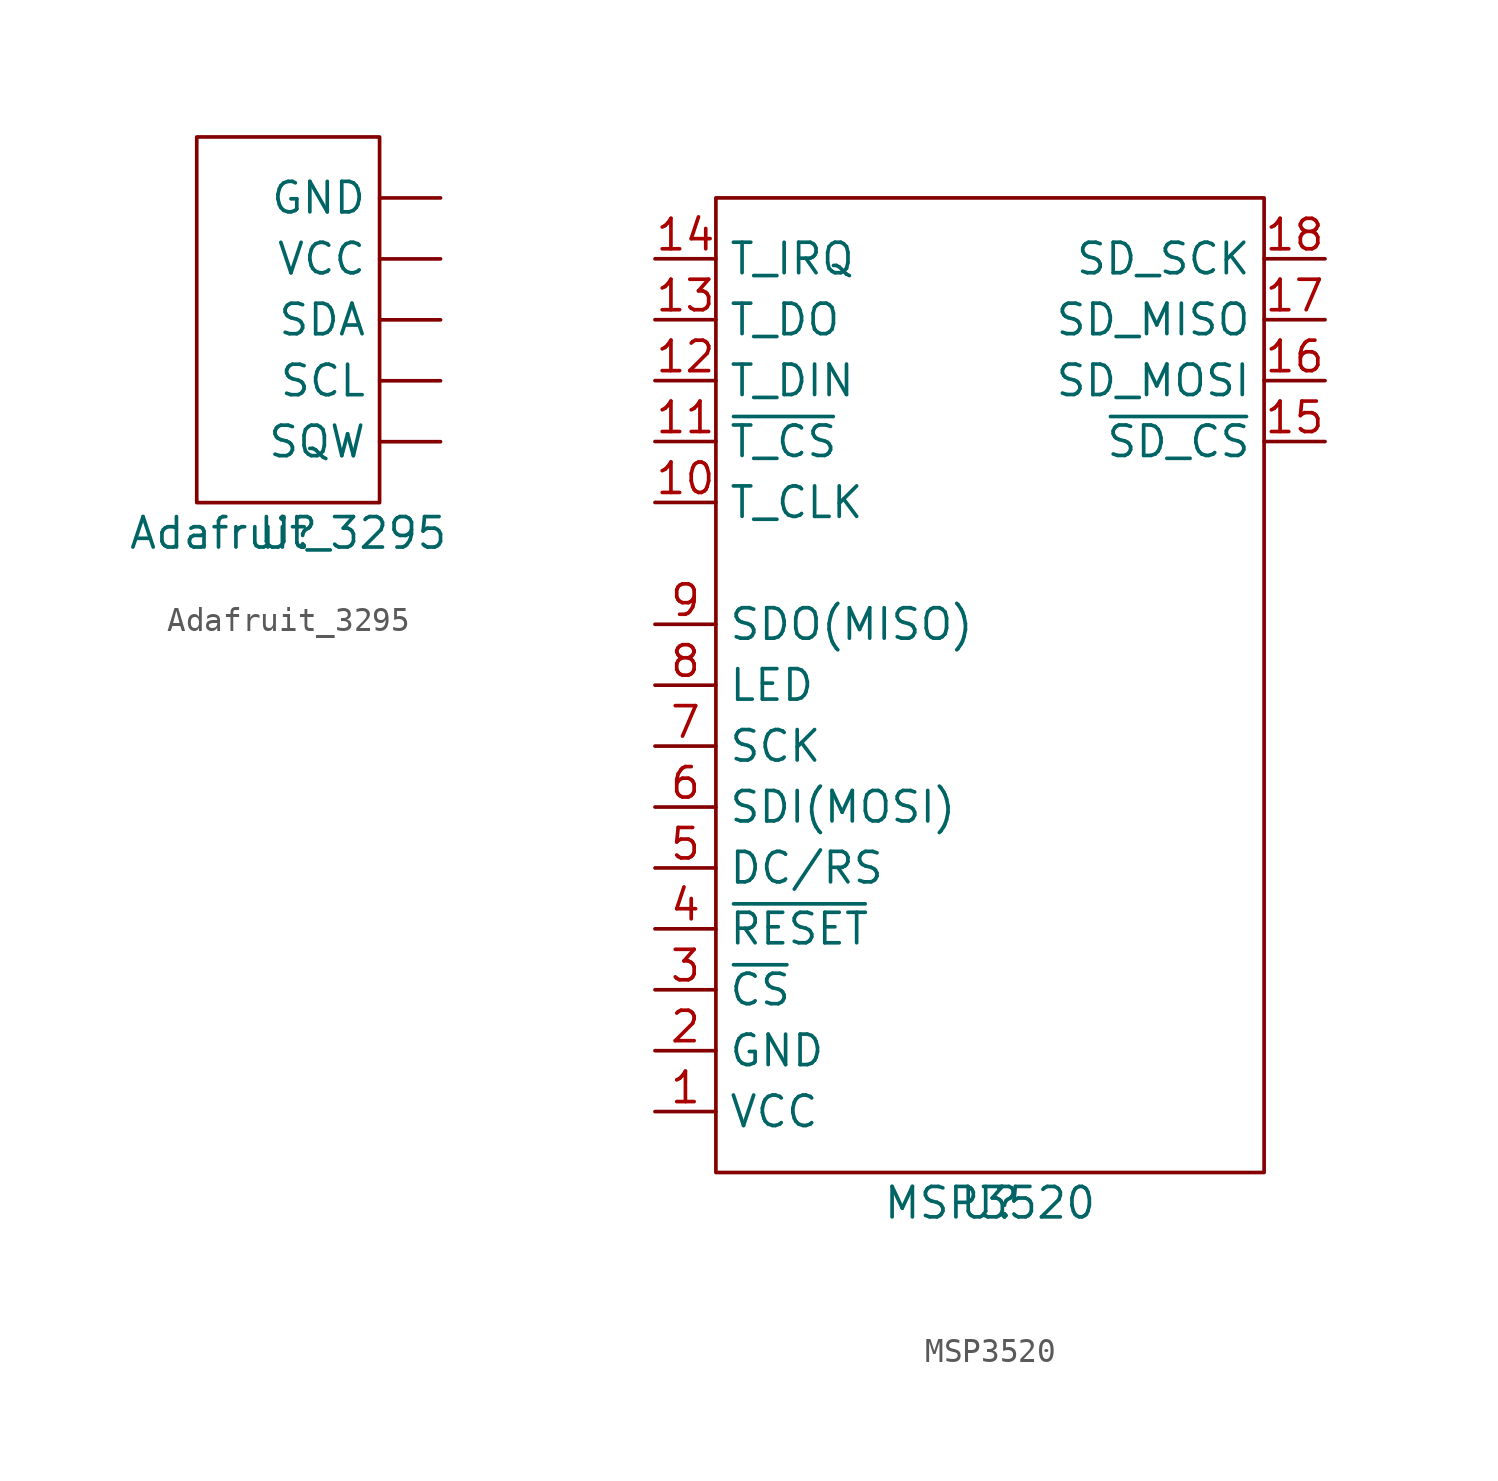
<source format=kicad_sym>
(kicad_symbol_lib
  (version 20211014)
  (generator kicad_symbol_editor)
  (symbol "Adafruit_3295"
    (property "Reference" "U"
      (at 0 -7.62 0)
      (effects (font (size 1.27 1.27))))
    (property "Value" "Adafruit_3295"
      (at 0 -7.62 0)
      (effects (font (size 1.27 1.27))))
    (symbol "Adafruit_3295_0_1"
      (rectangle (start -3.81 8.89) (end 3.81 -6.35) (stroke (width 0) (type default) (color 0 0 0 0)) (fill (type none))))
    (symbol "Adafruit_3295_1_1"
      (pin power_in line (at 6.35 6.35 180) (length 2.54) (name "GND" (effects (font (size 1.27 1.27)))) (number "" (effects (font (size 1.27 1.27)))))
      (pin input line (at 6.35 -1.27 180) (length 2.54) (name "SCL" (effects (font (size 1.27 1.27)))) (number "" (effects (font (size 1.27 1.27)))))
      (pin bidirectional line (at 6.35 1.27 180) (length 2.54) (name "SDA" (effects (font (size 1.27 1.27)))) (number "" (effects (font (size 1.27 1.27)))))
      (pin output line (at 6.35 -3.81 180) (length 2.54) (name "SQW" (effects (font (size 1.27 1.27)))) (number "" (effects (font (size 1.27 1.27)))))
      (pin power_in line (at 6.35 3.81 180) (length 2.54) (name "VCC" (effects (font (size 1.27 1.27)))) (number "" (effects (font (size 1.27 1.27)))))))
  (symbol "MSP3520"
    (property "Reference" "U"
      (at 0 -20.32 0)
      (effects (font (size 1.27 1.27))))
    (property "Value" "MSP3520"
      (at 0 -20.32 0)
      (effects (font (size 1.27 1.27))))
    (symbol "MSP3520_0_1"
      (rectangle (start -11.43 21.59) (end 11.43 -19.05) (stroke (width 0) (type default) (color 0 0 0 0)) (fill (type none))))
    (symbol "MSP3520_1_1"
      (pin power_in line (at -13.97 -16.51 0) (length 2.54) (name "VCC" (effects (font (size 1.27 1.27)))) (number "1" (effects (font (size 1.27 1.27)))))
      (pin input line (at -13.97 8.89 0) (length 2.54) (name "T_CLK" (effects (font (size 1.27 1.27)))) (number "10" (effects (font (size 1.27 1.27)))))
      (pin input line (at -13.97 11.43 0) (length 2.54) (name "~{T_CS}" (effects (font (size 1.27 1.27)))) (number "11" (effects (font (size 1.27 1.27)))))
      (pin input line (at -13.97 13.97 0) (length 2.54) (name "T_DIN" (effects (font (size 1.27 1.27)))) (number "12" (effects (font (size 1.27 1.27)))))
      (pin input line (at -13.97 16.51 0) (length 2.54) (name "T_DO" (effects (font (size 1.27 1.27)))) (number "13" (effects (font (size 1.27 1.27)))))
      (pin input line (at -13.97 19.05 0) (length 2.54) (name "T_IRQ" (effects (font (size 1.27 1.27)))) (number "14" (effects (font (size 1.27 1.27)))))
      (pin input line (at 13.97 11.43 180) (length 2.54) (name "~{SD_CS}" (effects (font (size 1.27 1.27)))) (number "15" (effects (font (size 1.27 1.27)))))
      (pin input line (at 13.97 13.97 180) (length 2.54) (name "SD_MOSI" (effects (font (size 1.27 1.27)))) (number "16" (effects (font (size 1.27 1.27)))))
      (pin output line (at 13.97 16.51 180) (length 2.54) (name "SD_MISO" (effects (font (size 1.27 1.27)))) (number "17" (effects (font (size 1.27 1.27)))))
      (pin input line (at 13.97 19.05 180) (length 2.54) (name "SD_SCK" (effects (font (size 1.27 1.27)))) (number "18" (effects (font (size 1.27 1.27)))))
      (pin power_in line (at -13.97 -13.97 0) (length 2.54) (name "GND" (effects (font (size 1.27 1.27)))) (number "2" (effects (font (size 1.27 1.27)))))
      (pin input line (at -13.97 -11.43 0) (length 2.54) (name "~{CS}" (effects (font (size 1.27 1.27)))) (number "3" (effects (font (size 1.27 1.27)))))
      (pin input line (at -13.97 -8.89 0) (length 2.54) (name "~{RESET}" (effects (font (size 1.27 1.27)))) (number "4" (effects (font (size 1.27 1.27)))))
      (pin input line (at -13.97 -6.35 0) (length 2.54) (name "DC/RS" (effects (font (size 1.27 1.27)))) (number "5" (effects (font (size 1.27 1.27)))))
      (pin input line (at -13.97 -3.81 0) (length 2.54) (name "SDI(MOSI)" (effects (font (size 1.27 1.27)))) (number "6" (effects (font (size 1.27 1.27)))))
      (pin input line (at -13.97 -1.27 0) (length 2.54) (name "SCK" (effects (font (size 1.27 1.27)))) (number "7" (effects (font (size 1.27 1.27)))))
      (pin input line (at -13.97 1.27 0) (length 2.54) (name "LED" (effects (font (size 1.27 1.27)))) (number "8" (effects (font (size 1.27 1.27)))))
      (pin output line (at -13.97 3.81 0) (length 2.54) (name "SDO(MISO)" (effects (font (size 1.27 1.27)))) (number "9" (effects (font (size 1.27 1.27))))))))
</source>
